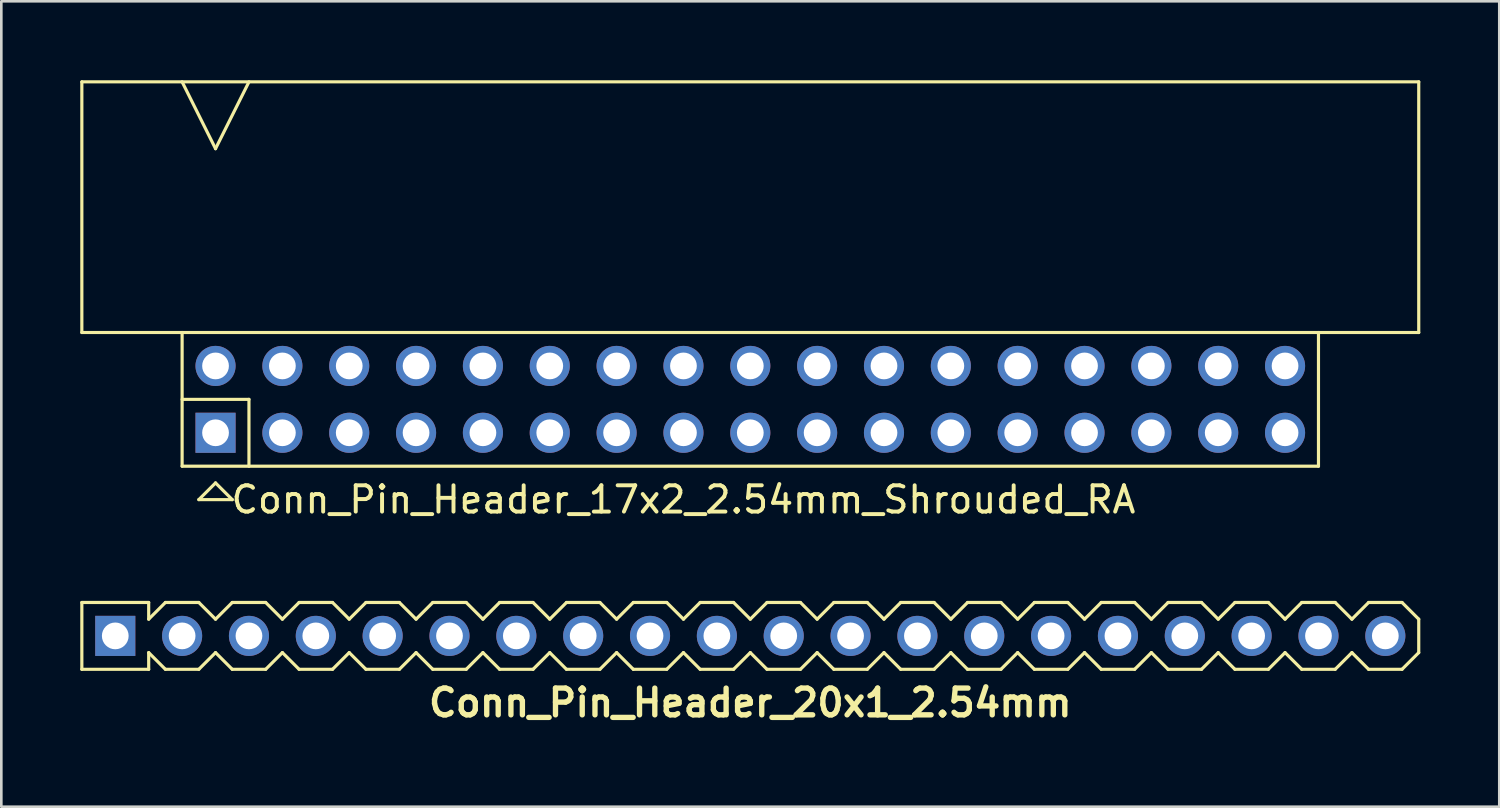
<source format=kicad_pcb>
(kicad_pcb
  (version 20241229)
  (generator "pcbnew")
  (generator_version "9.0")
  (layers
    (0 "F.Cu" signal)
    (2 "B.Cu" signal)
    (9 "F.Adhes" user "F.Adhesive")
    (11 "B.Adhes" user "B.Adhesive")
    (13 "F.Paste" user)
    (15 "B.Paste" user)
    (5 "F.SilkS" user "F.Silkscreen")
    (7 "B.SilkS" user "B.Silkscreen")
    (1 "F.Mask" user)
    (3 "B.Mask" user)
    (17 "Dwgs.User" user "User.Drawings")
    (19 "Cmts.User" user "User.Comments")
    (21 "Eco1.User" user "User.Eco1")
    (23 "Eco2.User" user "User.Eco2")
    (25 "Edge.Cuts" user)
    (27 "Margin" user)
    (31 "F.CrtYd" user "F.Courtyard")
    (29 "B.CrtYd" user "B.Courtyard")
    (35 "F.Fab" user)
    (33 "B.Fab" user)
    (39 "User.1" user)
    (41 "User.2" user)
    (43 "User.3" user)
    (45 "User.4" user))
  (footprint "Conn_Pin_Header_20x1_2.54mm"
    (layer "F.Cu")
    (at 25.46 21.113)
    (property "Reference" "Conn_Pin_Header_20x1_2.54mm" (at 0 2.54 0) (layer "F.SilkS") (effects (font (size 1.016 1.016) (thickness 0.203))))
    (attr through_hole)
    (fp_line (start -25.4 -1.27) (end -22.86 -1.27) (stroke (width 0.12) (type solid)) (layer "F.SilkS"))
    (fp_line (start -25.4 1.27) (end -25.4 -1.27) (stroke (width 0.12) (type solid)) (layer "F.SilkS"))
    (fp_line (start -22.86 -0.635) (end -22.86 -1.27) (stroke (width 0.12) (type solid)) (layer "F.SilkS"))
    (fp_line (start -22.86 -0.635) (end -22.225 -1.27) (stroke (width 0.12) (type solid)) (layer "F.SilkS"))
    (fp_line (start -22.86 1.27) (end -25.4 1.27) (stroke (width 0.12) (type solid)) (layer "F.SilkS"))
    (fp_line (start -22.86 1.27) (end -22.86 0.635) (stroke (width 0.12) (type solid)) (layer "F.SilkS"))
    (fp_line (start -22.225 -1.27) (end -20.955 -1.27) (stroke (width 0.12) (type solid)) (layer "F.SilkS"))
    (fp_line (start -22.225 1.27) (end -22.86 0.635) (stroke (width 0.12) (type solid)) (layer "F.SilkS"))
    (fp_line (start -20.955 -1.27) (end -20.32 -0.635) (stroke (width 0.12) (type solid)) (layer "F.SilkS"))
    (fp_line (start -20.955 1.27) (end -22.225 1.27) (stroke (width 0.12) (type solid)) (layer "F.SilkS"))
    (fp_line (start -20.32 -0.635) (end -19.685 -1.27) (stroke (width 0.12) (type solid)) (layer "F.SilkS"))
    (fp_line (start -20.32 0.635) (end -20.955 1.27) (stroke (width 0.12) (type solid)) (layer "F.SilkS"))
    (fp_line (start -19.685 -1.27) (end -18.415 -1.27) (stroke (width 0.12) (type solid)) (layer "F.SilkS"))
    (fp_line (start -19.685 1.27) (end -20.32 0.635) (stroke (width 0.12) (type solid)) (layer "F.SilkS"))
    (fp_line (start -18.415 -1.27) (end -17.78 -0.635) (stroke (width 0.12) (type solid)) (layer "F.SilkS"))
    (fp_line (start -18.415 1.27) (end -19.685 1.27) (stroke (width 0.12) (type solid)) (layer "F.SilkS"))
    (fp_line (start -17.78 -0.635) (end -17.145 -1.27) (stroke (width 0.12) (type solid)) (layer "F.SilkS"))
    (fp_line (start -17.78 0.635) (end -18.415 1.27) (stroke (width 0.12) (type solid)) (layer "F.SilkS"))
    (fp_line (start -17.145 -1.27) (end -15.875 -1.27) (stroke (width 0.12) (type solid)) (layer "F.SilkS"))
    (fp_line (start -17.145 1.27) (end -17.78 0.635) (stroke (width 0.12) (type solid)) (layer "F.SilkS"))
    (fp_line (start -15.875 -1.27) (end -15.24 -0.635) (stroke (width 0.12) (type solid)) (layer "F.SilkS"))
    (fp_line (start -15.875 1.27) (end -17.145 1.27) (stroke (width 0.12) (type solid)) (layer "F.SilkS"))
    (fp_line (start -15.24 -0.635) (end -14.605 -1.27) (stroke (width 0.12) (type solid)) (layer "F.SilkS"))
    (fp_line (start -15.24 0.635) (end -15.875 1.27) (stroke (width 0.12) (type solid)) (layer "F.SilkS"))
    (fp_line (start -14.605 -1.27) (end -13.335 -1.27) (stroke (width 0.12) (type solid)) (layer "F.SilkS"))
    (fp_line (start -14.605 1.27) (end -15.24 0.635) (stroke (width 0.12) (type solid)) (layer "F.SilkS"))
    (fp_line (start -13.335 -1.27) (end -12.7 -0.635) (stroke (width 0.12) (type solid)) (layer "F.SilkS"))
    (fp_line (start -13.335 1.27) (end -14.605 1.27) (stroke (width 0.12) (type solid)) (layer "F.SilkS"))
    (fp_line (start -12.7 -0.635) (end -12.065 -1.27) (stroke (width 0.12) (type solid)) (layer "F.SilkS"))
    (fp_line (start -12.7 0.635) (end -13.335 1.27) (stroke (width 0.12) (type solid)) (layer "F.SilkS"))
    (fp_line (start -12.065 -1.27) (end -10.795 -1.27) (stroke (width 0.12) (type solid)) (layer "F.SilkS"))
    (fp_line (start -12.065 1.27) (end -12.7 0.635) (stroke (width 0.12) (type solid)) (layer "F.SilkS"))
    (fp_line (start -10.795 -1.27) (end -10.16 -0.635) (stroke (width 0.12) (type solid)) (layer "F.SilkS"))
    (fp_line (start -10.795 1.27) (end -12.065 1.27) (stroke (width 0.12) (type solid)) (layer "F.SilkS"))
    (fp_line (start -10.16 -0.635) (end -9.525 -1.27) (stroke (width 0.12) (type solid)) (layer "F.SilkS"))
    (fp_line (start -10.16 0.635) (end -10.795 1.27) (stroke (width 0.12) (type solid)) (layer "F.SilkS"))
    (fp_line (start -9.525 -1.27) (end -8.255 -1.27) (stroke (width 0.12) (type solid)) (layer "F.SilkS"))
    (fp_line (start -9.525 1.27) (end -10.16 0.635) (stroke (width 0.12) (type solid)) (layer "F.SilkS"))
    (fp_line (start -8.255 -1.27) (end -7.62 -0.635) (stroke (width 0.12) (type solid)) (layer "F.SilkS"))
    (fp_line (start -8.255 1.27) (end -9.525 1.27) (stroke (width 0.12) (type solid)) (layer "F.SilkS"))
    (fp_line (start -7.62 -0.635) (end -6.985 -1.27) (stroke (width 0.12) (type solid)) (layer "F.SilkS"))
    (fp_line (start -7.62 0.635) (end -8.255 1.27) (stroke (width 0.12) (type solid)) (layer "F.SilkS"))
    (fp_line (start -6.985 -1.27) (end -5.715 -1.27) (stroke (width 0.12) (type solid)) (layer "F.SilkS"))
    (fp_line (start -6.985 1.27) (end -7.62 0.635) (stroke (width 0.12) (type solid)) (layer "F.SilkS"))
    (fp_line (start -5.715 -1.27) (end -5.08 -0.635) (stroke (width 0.12) (type solid)) (layer "F.SilkS"))
    (fp_line (start -5.715 1.27) (end -6.985 1.27) (stroke (width 0.12) (type solid)) (layer "F.SilkS"))
    (fp_line (start -5.08 -0.635) (end -4.445 -1.27) (stroke (width 0.12) (type solid)) (layer "F.SilkS"))
    (fp_line (start -5.08 0.635) (end -5.715 1.27) (stroke (width 0.12) (type solid)) (layer "F.SilkS"))
    (fp_line (start -4.445 -1.27) (end -3.175 -1.27) (stroke (width 0.12) (type solid)) (layer "F.SilkS"))
    (fp_line (start -4.445 1.27) (end -5.08 0.635) (stroke (width 0.12) (type solid)) (layer "F.SilkS"))
    (fp_line (start -3.175 -1.27) (end -2.54 -0.635) (stroke (width 0.12) (type solid)) (layer "F.SilkS"))
    (fp_line (start -3.175 1.27) (end -4.445 1.27) (stroke (width 0.12) (type solid)) (layer "F.SilkS"))
    (fp_line (start -2.54 -0.635) (end -1.905 -1.27) (stroke (width 0.12) (type solid)) (layer "F.SilkS"))
    (fp_line (start -2.54 0.635) (end -3.175 1.27) (stroke (width 0.12) (type solid)) (layer "F.SilkS"))
    (fp_line (start -1.905 -1.27) (end -0.635 -1.27) (stroke (width 0.12) (type solid)) (layer "F.SilkS"))
    (fp_line (start -1.905 1.27) (end -2.54 0.635) (stroke (width 0.12) (type solid)) (layer "F.SilkS"))
    (fp_line (start -0.635 -1.27) (end 0 -0.635) (stroke (width 0.12) (type solid)) (layer "F.SilkS"))
    (fp_line (start -0.635 1.27) (end -1.905 1.27) (stroke (width 0.12) (type solid)) (layer "F.SilkS"))
    (fp_line (start 0 -0.635) (end 0.635 -1.27) (stroke (width 0.12) (type solid)) (layer "F.SilkS"))
    (fp_line (start 0 0.635) (end -0.635 1.27) (stroke (width 0.12) (type solid)) (layer "F.SilkS"))
    (fp_line (start 0.635 -1.27) (end 1.905 -1.27) (stroke (width 0.12) (type solid)) (layer "F.SilkS"))
    (fp_line (start 0.635 1.27) (end 0 0.635) (stroke (width 0.12) (type solid)) (layer "F.SilkS"))
    (fp_line (start 1.905 -1.27) (end 2.54 -0.635) (stroke (width 0.12) (type solid)) (layer "F.SilkS"))
    (fp_line (start 1.905 1.27) (end 0.635 1.27) (stroke (width 0.12) (type solid)) (layer "F.SilkS"))
    (fp_line (start 2.54 -0.635) (end 3.175 -1.27) (stroke (width 0.12) (type solid)) (layer "F.SilkS"))
    (fp_line (start 2.54 0.635) (end 1.905 1.27) (stroke (width 0.12) (type solid)) (layer "F.SilkS"))
    (fp_line (start 3.175 -1.27) (end 4.445 -1.27) (stroke (width 0.12) (type solid)) (layer "F.SilkS"))
    (fp_line (start 3.175 1.27) (end 2.54 0.635) (stroke (width 0.12) (type solid)) (layer "F.SilkS"))
    (fp_line (start 4.445 -1.27) (end 5.08 -0.635) (stroke (width 0.12) (type solid)) (layer "F.SilkS"))
    (fp_line (start 4.445 1.27) (end 3.175 1.27) (stroke (width 0.12) (type solid)) (layer "F.SilkS"))
    (fp_line (start 5.08 -0.635) (end 5.715 -1.27) (stroke (width 0.12) (type solid)) (layer "F.SilkS"))
    (fp_line (start 5.08 0.635) (end 4.445 1.27) (stroke (width 0.12) (type solid)) (layer "F.SilkS"))
    (fp_line (start 5.715 -1.27) (end 6.985 -1.27) (stroke (width 0.12) (type solid)) (layer "F.SilkS"))
    (fp_line (start 5.715 1.27) (end 5.08 0.635) (stroke (width 0.12) (type solid)) (layer "F.SilkS"))
    (fp_line (start 6.985 -1.27) (end 7.62 -0.635) (stroke (width 0.12) (type solid)) (layer "F.SilkS"))
    (fp_line (start 6.985 1.27) (end 5.715 1.27) (stroke (width 0.12) (type solid)) (layer "F.SilkS"))
    (fp_line (start 7.62 -0.635) (end 8.255 -1.27) (stroke (width 0.12) (type solid)) (layer "F.SilkS"))
    (fp_line (start 7.62 0.635) (end 6.985 1.27) (stroke (width 0.12) (type solid)) (layer "F.SilkS"))
    (fp_line (start 8.255 -1.27) (end 9.525 -1.27) (stroke (width 0.12) (type solid)) (layer "F.SilkS"))
    (fp_line (start 8.255 1.27) (end 7.62 0.635) (stroke (width 0.12) (type solid)) (layer "F.SilkS"))
    (fp_line (start 9.525 -1.27) (end 10.16 -0.635) (stroke (width 0.12) (type solid)) (layer "F.SilkS"))
    (fp_line (start 9.525 1.27) (end 8.255 1.27) (stroke (width 0.12) (type solid)) (layer "F.SilkS"))
    (fp_line (start 10.16 -0.635) (end 10.795 -1.27) (stroke (width 0.12) (type solid)) (layer "F.SilkS"))
    (fp_line (start 10.16 0.635) (end 9.525 1.27) (stroke (width 0.12) (type solid)) (layer "F.SilkS"))
    (fp_line (start 10.795 -1.27) (end 12.065 -1.27) (stroke (width 0.12) (type solid)) (layer "F.SilkS"))
    (fp_line (start 10.795 1.27) (end 10.16 0.635) (stroke (width 0.12) (type solid)) (layer "F.SilkS"))
    (fp_line (start 12.065 -1.27) (end 12.7 -0.635) (stroke (width 0.12) (type solid)) (layer "F.SilkS"))
    (fp_line (start 12.065 1.27) (end 10.795 1.27) (stroke (width 0.12) (type solid)) (layer "F.SilkS"))
    (fp_line (start 12.7 -0.635) (end 13.335 -1.27) (stroke (width 0.12) (type solid)) (layer "F.SilkS"))
    (fp_line (start 12.7 0.635) (end 12.065 1.27) (stroke (width 0.12) (type solid)) (layer "F.SilkS"))
    (fp_line (start 13.335 -1.27) (end 14.605 -1.27) (stroke (width 0.12) (type solid)) (layer "F.SilkS"))
    (fp_line (start 13.335 1.27) (end 12.7 0.635) (stroke (width 0.12) (type solid)) (layer "F.SilkS"))
    (fp_line (start 14.605 -1.27) (end 15.24 -0.635) (stroke (width 0.12) (type solid)) (layer "F.SilkS"))
    (fp_line (start 14.605 1.27) (end 13.335 1.27) (stroke (width 0.12) (type solid)) (layer "F.SilkS"))
    (fp_line (start 15.24 -0.635) (end 15.875 -1.27) (stroke (width 0.12) (type solid)) (layer "F.SilkS"))
    (fp_line (start 15.24 0.635) (end 14.605 1.27) (stroke (width 0.12) (type solid)) (layer "F.SilkS"))
    (fp_line (start 15.875 -1.27) (end 17.145 -1.27) (stroke (width 0.12) (type solid)) (layer "F.SilkS"))
    (fp_line (start 15.875 1.27) (end 15.24 0.635) (stroke (width 0.12) (type solid)) (layer "F.SilkS"))
    (fp_line (start 17.145 -1.27) (end 17.78 -0.635) (stroke (width 0.12) (type solid)) (layer "F.SilkS"))
    (fp_line (start 17.145 1.27) (end 15.875 1.27) (stroke (width 0.12) (type solid)) (layer "F.SilkS"))
    (fp_line (start 17.78 -0.635) (end 18.415 -1.27) (stroke (width 0.12) (type solid)) (layer "F.SilkS"))
    (fp_line (start 17.78 0.635) (end 17.145 1.27) (stroke (width 0.12) (type solid)) (layer "F.SilkS"))
    (fp_line (start 18.415 -1.27) (end 19.685 -1.27) (stroke (width 0.12) (type solid)) (layer "F.SilkS"))
    (fp_line (start 18.415 1.27) (end 17.78 0.635) (stroke (width 0.12) (type solid)) (layer "F.SilkS"))
    (fp_line (start 19.685 -1.27) (end 20.32 -0.635) (stroke (width 0.12) (type solid)) (layer "F.SilkS"))
    (fp_line (start 19.685 1.27) (end 18.415 1.27) (stroke (width 0.12) (type solid)) (layer "F.SilkS"))
    (fp_line (start 20.32 -0.635) (end 20.955 -1.27) (stroke (width 0.12) (type solid)) (layer "F.SilkS"))
    (fp_line (start 20.32 0.635) (end 19.685 1.27) (stroke (width 0.12) (type solid)) (layer "F.SilkS"))
    (fp_line (start 20.955 -1.27) (end 22.225 -1.27) (stroke (width 0.12) (type solid)) (layer "F.SilkS"))
    (fp_line (start 20.955 1.27) (end 20.32 0.635) (stroke (width 0.12) (type solid)) (layer "F.SilkS"))
    (fp_line (start 22.225 -1.27) (end 22.86 -0.635) (stroke (width 0.12) (type solid)) (layer "F.SilkS"))
    (fp_line (start 22.225 1.27) (end 20.955 1.27) (stroke (width 0.12) (type solid)) (layer "F.SilkS"))
    (fp_line (start 22.86 -0.635) (end 23.495 -1.27) (stroke (width 0.12) (type solid)) (layer "F.SilkS"))
    (fp_line (start 22.86 0.635) (end 22.225 1.27) (stroke (width 0.12) (type solid)) (layer "F.SilkS"))
    (fp_line (start 23.495 -1.27) (end 24.765 -1.27) (stroke (width 0.12) (type solid)) (layer "F.SilkS"))
    (fp_line (start 23.495 1.27) (end 22.86 0.635) (stroke (width 0.12) (type solid)) (layer "F.SilkS"))
    (fp_line (start 24.765 -1.27) (end 25.4 -0.635) (stroke (width 0.12) (type solid)) (layer "F.SilkS"))
    (fp_line (start 24.765 1.27) (end 23.495 1.27) (stroke (width 0.12) (type solid)) (layer "F.SilkS"))
    (fp_line (start 25.4 0.635) (end 24.765 1.27) (stroke (width 0.12) (type solid)) (layer "F.SilkS"))
    (fp_line (start 25.4 0.635) (end 25.4 -0.635) (stroke (width 0.12) (type solid)) (layer "F.SilkS"))
    (pad "1" thru_hole rect (at -24.13 0) (size 1.524 1.524) (drill 1.016) (layers "*.Cu" "*.Mask"))
    (pad "2" thru_hole circle (at -21.59 0) (size 1.524 1.524) (drill 1.016) (layers "*.Cu" "*.Mask"))
    (pad "3" thru_hole circle (at -19.05 0) (size 1.524 1.524) (drill 1.016) (layers "*.Cu" "*.Mask"))
    (pad "4" thru_hole circle (at -16.51 0) (size 1.524 1.524) (drill 1.016) (layers "*.Cu" "*.Mask"))
    (pad "5" thru_hole circle (at -13.97 0) (size 1.524 1.524) (drill 1.016) (layers "*.Cu" "*.Mask"))
    (pad "6" thru_hole circle (at -11.43 0) (size 1.524 1.524) (drill 1.016) (layers "*.Cu" "*.Mask"))
    (pad "7" thru_hole circle (at -8.89 0) (size 1.524 1.524) (drill 1.016) (layers "*.Cu" "*.Mask"))
    (pad "8" thru_hole circle (at -6.35 0) (size 1.524 1.524) (drill 1.016) (layers "*.Cu" "*.Mask"))
    (pad "9" thru_hole circle (at -3.81 0) (size 1.524 1.524) (drill 1.016) (layers "*.Cu" "*.Mask"))
    (pad "10" thru_hole circle (at -1.27 0) (size 1.524 1.524) (drill 1.016) (layers "*.Cu" "*.Mask"))
    (pad "11" thru_hole circle (at 1.27 0) (size 1.524 1.524) (drill 1.016) (layers "*.Cu" "*.Mask"))
    (pad "12" thru_hole circle (at 3.81 0) (size 1.524 1.524) (drill 1.016) (layers "*.Cu" "*.Mask"))
    (pad "13" thru_hole circle (at 6.35 0) (size 1.524 1.524) (drill 1.016) (layers "*.Cu" "*.Mask"))
    (pad "14" thru_hole circle (at 8.89 0) (size 1.524 1.524) (drill 1.016) (layers "*.Cu" "*.Mask"))
    (pad "15" thru_hole circle (at 11.43 0) (size 1.524 1.524) (drill 1.016) (layers "*.Cu" "*.Mask"))
    (pad "16" thru_hole circle (at 13.97 0) (size 1.524 1.524) (drill 1.016) (layers "*.Cu" "*.Mask"))
    (pad "17" thru_hole circle (at 16.51 0) (size 1.524 1.524) (drill 1.016) (layers "*.Cu" "*.Mask"))
    (pad "18" thru_hole circle (at 19.05 0) (size 1.524 1.524) (drill 1.016) (layers "*.Cu" "*.Mask"))
    (pad "19" thru_hole circle (at 21.59 0) (size 1.524 1.524) (drill 1.016) (layers "*.Cu" "*.Mask"))
    (pad "20" thru_hole circle (at 24.13 0) (size 1.524 1.524) (drill 1.016) (layers "*.Cu" "*.Mask")))
  (footprint "Conn_Pin_Header_17x2_2.54mm_Shrouded_RA"
    (layer "F.Cu")
    (at 25.46 12.125)
    (property "Reference" "Conn_Pin_Header_17x2_2.54mm_Shrouded_RA" (at -2.54 3.81 0) (layer "F.SilkS") (effects (font (size 1 1) (thickness 0.15))))
    (attr through_hole)
    (fp_line (start -25.4 -12.065) (end 25.4 -12.065) (stroke (width 0.12) (type solid)) (layer "F.SilkS"))
    (fp_line (start -25.4 -2.54) (end -25.4 -12.065) (stroke (width 0.12) (type solid)) (layer "F.SilkS"))
    (fp_line (start -25.4 -2.54) (end 25.4 -2.54) (stroke (width 0.12) (type solid)) (layer "F.SilkS"))
    (fp_line (start -21.59 0) (end -19.05 0) (stroke (width 0.12) (type solid)) (layer "F.SilkS"))
    (fp_line (start -21.59 2.54) (end -21.59 -2.54) (stroke (width 0.12) (type solid)) (layer "F.SilkS"))
    (fp_line (start -20.955 3.81) (end -20.32 3.175) (stroke (width 0.12) (type solid)) (layer "F.SilkS"))
    (fp_line (start -20.32 -9.525) (end -21.59 -12.065) (stroke (width 0.12) (type solid)) (layer "F.SilkS"))
    (fp_line (start -20.32 3.175) (end -19.685 3.81) (stroke (width 0.12) (type solid)) (layer "F.SilkS"))
    (fp_line (start -19.685 3.81) (end -20.955 3.81) (stroke (width 0.12) (type solid)) (layer "F.SilkS"))
    (fp_line (start -19.05 -12.065) (end -20.32 -9.525) (stroke (width 0.12) (type solid)) (layer "F.SilkS"))
    (fp_line (start -19.05 0) (end -19.05 2.54) (stroke (width 0.12) (type solid)) (layer "F.SilkS"))
    (fp_line (start 21.59 -2.54) (end 21.59 2.54) (stroke (width 0.12) (type solid)) (layer "F.SilkS"))
    (fp_line (start 21.59 2.54) (end -21.59 2.54) (stroke (width 0.12) (type solid)) (layer "F.SilkS"))
    (fp_line (start 25.4 -12.065) (end 25.4 -2.54) (stroke (width 0.12) (type solid)) (layer "F.SilkS"))
    (pad "1" thru_hole rect (at -20.32 1.27) (size 1.524 1.524) (drill 1.016) (layers "*.Cu" "*.Mask"))
    (pad "2" thru_hole circle (at -20.32 -1.27) (size 1.524 1.524) (drill 1.016) (layers "*.Cu" "*.Mask"))
    (pad "3" thru_hole circle (at -17.78 1.27) (size 1.524 1.524) (drill 1.016) (layers "*.Cu" "*.Mask"))
    (pad "4" thru_hole circle (at -17.78 -1.27) (size 1.524 1.524) (drill 1.016) (layers "*.Cu" "*.Mask"))
    (pad "5" thru_hole circle (at -15.24 1.27) (size 1.524 1.524) (drill 1.016) (layers "*.Cu" "*.Mask"))
    (pad "6" thru_hole circle (at -15.24 -1.27) (size 1.524 1.524) (drill 1.016) (layers "*.Cu" "*.Mask"))
    (pad "7" thru_hole circle (at -12.7 1.27) (size 1.524 1.524) (drill 1.016) (layers "*.Cu" "*.Mask"))
    (pad "8" thru_hole circle (at -12.7 -1.27) (size 1.524 1.524) (drill 1.016) (layers "*.Cu" "*.Mask"))
    (pad "9" thru_hole circle (at -10.16 1.27) (size 1.524 1.524) (drill 1.016) (layers "*.Cu" "*.Mask"))
    (pad "10" thru_hole circle (at -10.16 -1.27) (size 1.524 1.524) (drill 1.016) (layers "*.Cu" "*.Mask"))
    (pad "11" thru_hole circle (at -7.62 1.27) (size 1.524 1.524) (drill 1.016) (layers "*.Cu" "*.Mask"))
    (pad "12" thru_hole circle (at -7.62 -1.27) (size 1.524 1.524) (drill 1.016) (layers "*.Cu" "*.Mask"))
    (pad "13" thru_hole circle (at -5.08 1.27) (size 1.524 1.524) (drill 1.016) (layers "*.Cu" "*.Mask"))
    (pad "14" thru_hole circle (at -5.08 -1.27) (size 1.524 1.524) (drill 1.016) (layers "*.Cu" "*.Mask"))
    (pad "15" thru_hole circle (at -2.54 1.27) (size 1.524 1.524) (drill 1.016) (layers "*.Cu" "*.Mask"))
    (pad "16" thru_hole circle (at -2.54 -1.27) (size 1.524 1.524) (drill 1.016) (layers "*.Cu" "*.Mask"))
    (pad "17" thru_hole circle (at 0 1.27) (size 1.524 1.524) (drill 1.016) (layers "*.Cu" "*.Mask"))
    (pad "18" thru_hole circle (at 0 -1.27) (size 1.524 1.524) (drill 1.016) (layers "*.Cu" "*.Mask"))
    (pad "19" thru_hole circle (at 2.54 1.27) (size 1.524 1.524) (drill 1.016) (layers "*.Cu" "*.Mask"))
    (pad "20" thru_hole circle (at 2.54 -1.27) (size 1.524 1.524) (drill 1.016) (layers "*.Cu" "*.Mask"))
    (pad "21" thru_hole circle (at 5.08 1.27) (size 1.524 1.524) (drill 1.016) (layers "*.Cu" "*.Mask"))
    (pad "22" thru_hole circle (at 5.08 -1.27) (size 1.524 1.524) (drill 1.016) (layers "*.Cu" "*.Mask"))
    (pad "23" thru_hole circle (at 7.62 1.27) (size 1.524 1.524) (drill 1.016) (layers "*.Cu" "*.Mask"))
    (pad "24" thru_hole circle (at 7.62 -1.27) (size 1.524 1.524) (drill 1.016) (layers "*.Cu" "*.Mask"))
    (pad "25" thru_hole circle (at 10.16 1.27) (size 1.524 1.524) (drill 1.016) (layers "*.Cu" "*.Mask"))
    (pad "26" thru_hole circle (at 10.16 -1.27) (size 1.524 1.524) (drill 1.016) (layers "*.Cu" "*.Mask"))
    (pad "27" thru_hole circle (at 12.7 1.27) (size 1.524 1.524) (drill 1.016) (layers "*.Cu" "*.Mask"))
    (pad "28" thru_hole circle (at 12.7 -1.27) (size 1.524 1.524) (drill 1.016) (layers "*.Cu" "*.Mask"))
    (pad "29" thru_hole circle (at 15.24 1.27 90) (size 1.524 1.524) (drill 1.016) (layers "*.Cu" "*.Mask"))
    (pad "30" thru_hole circle (at 15.24 -1.27) (size 1.524 1.524) (drill 1.016) (layers "*.Cu" "*.Mask"))
    (pad "31" thru_hole circle (at 17.78 1.27) (size 1.524 1.524) (drill 1.016) (layers "*.Cu" "*.Mask"))
    (pad "32" thru_hole circle (at 17.78 -1.27) (size 1.524 1.524) (drill 1.016) (layers "*.Cu" "*.Mask"))
    (pad "33" thru_hole circle (at 20.32 1.27) (size 1.524 1.524) (drill 1.016) (layers "*.Cu" "*.Mask"))
    (pad "34" thru_hole circle (at 20.32 -1.27) (size 1.524 1.524) (drill 1.016) (layers "*.Cu" "*.Mask")))
  (gr_rect
    (start -3 -3)
    (end 53.92 27.604)
    (stroke (width 0.1) (type default))
    (fill no)
    (layer "Edge.Cuts")))
</source>
